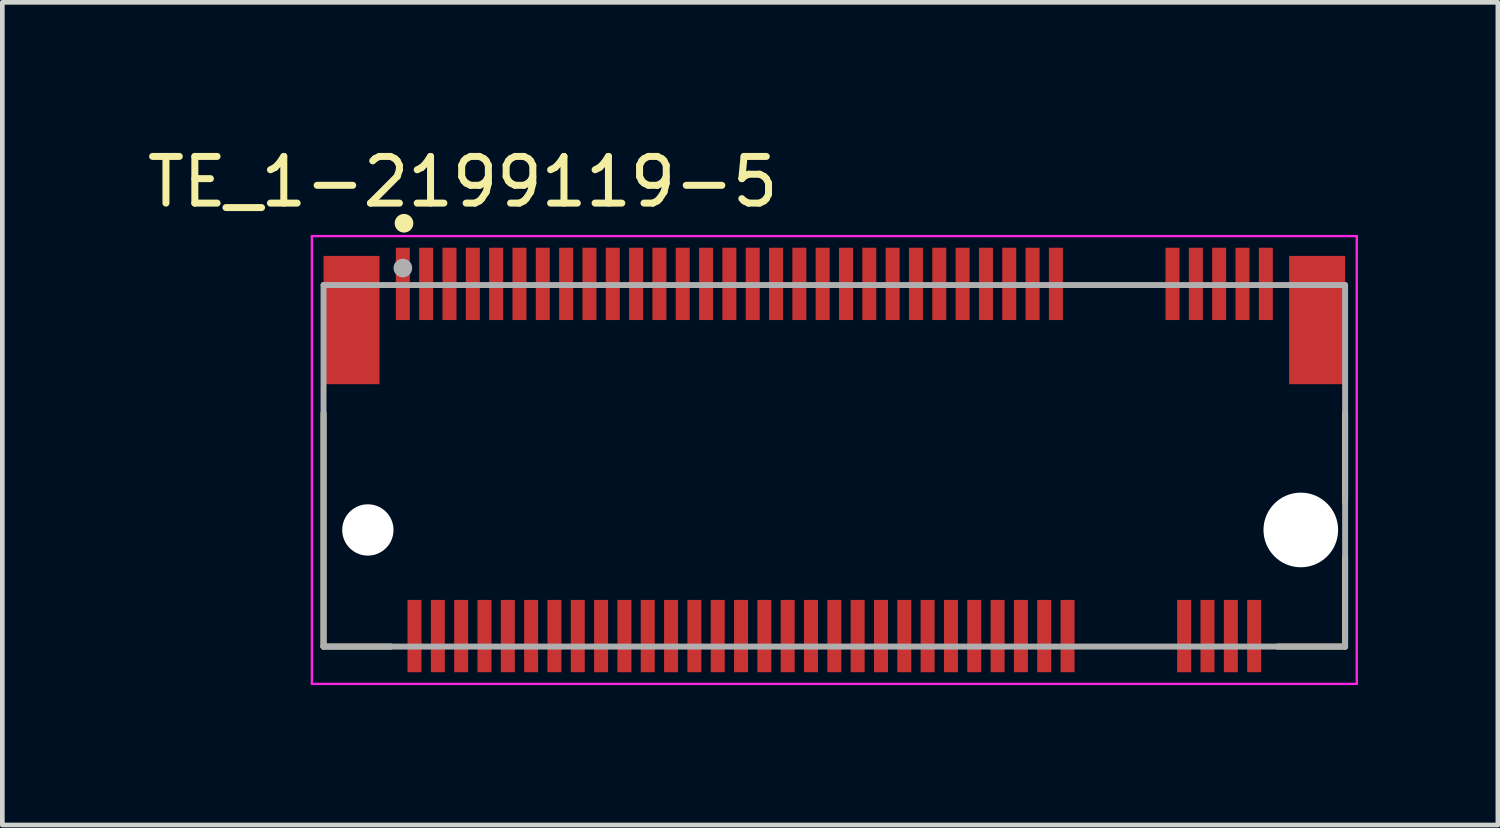
<source format=kicad_pcb>
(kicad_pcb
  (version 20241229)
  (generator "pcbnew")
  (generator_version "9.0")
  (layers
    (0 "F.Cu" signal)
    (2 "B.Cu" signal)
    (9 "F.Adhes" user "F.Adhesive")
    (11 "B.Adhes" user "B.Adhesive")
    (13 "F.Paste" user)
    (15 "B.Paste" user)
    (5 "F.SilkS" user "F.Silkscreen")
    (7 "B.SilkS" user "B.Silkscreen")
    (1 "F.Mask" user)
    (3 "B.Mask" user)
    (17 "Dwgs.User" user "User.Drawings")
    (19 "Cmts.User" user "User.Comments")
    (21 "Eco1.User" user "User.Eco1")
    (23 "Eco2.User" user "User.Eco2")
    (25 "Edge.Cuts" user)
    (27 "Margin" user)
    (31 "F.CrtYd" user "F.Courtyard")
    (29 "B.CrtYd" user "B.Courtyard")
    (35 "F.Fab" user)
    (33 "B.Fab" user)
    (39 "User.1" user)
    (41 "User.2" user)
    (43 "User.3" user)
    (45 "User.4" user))
  (footprint "TE_1-2199119-5"
    (layer "F.Cu")
    (at 14.836 6.811)
    (property "Reference" "TE_1-2199119-5" (at -7.965 -5.962 180) (layer "F.SilkS") (effects (font (size 1.001 1.001) (thickness 0.15))))
    (attr smd)
    (fp_line (start -10.95 -1) (end -10.95 4) (stroke (width 0.127) (type solid)) (layer "F.SilkS"))
    (fp_line (start -10.95 4) (end -9.5 4) (stroke (width 0.127) (type solid)) (layer "F.SilkS"))
    (fp_line (start 9.5 4) (end 10.95 4) (stroke (width 0.127) (type solid)) (layer "F.SilkS"))
    (fp_line (start 10.95 0.9) (end 10.95 -1) (stroke (width 0.127) (type solid)) (layer "F.SilkS"))
    (fp_line (start 10.95 4) (end 10.95 2.1) (stroke (width 0.127) (type solid)) (layer "F.SilkS"))
    (fp_circle (center -9.225 -5.075) (end -9.125 -5.075) (stroke (width 0.2) (type solid)) (fill no) (layer "F.SilkS"))
    (fp_line (start -11.2 -4.8) (end 11.2 -4.8) (stroke (width 0.05) (type solid)) (layer "F.CrtYd"))
    (fp_line (start -11.2 4.8) (end -11.2 -4.8) (stroke (width 0.05) (type solid)) (layer "F.CrtYd"))
    (fp_line (start 11.2 -4.8) (end 11.2 4.8) (stroke (width 0.05) (type solid)) (layer "F.CrtYd"))
    (fp_line (start 11.2 4.8) (end -11.2 4.8) (stroke (width 0.05) (type solid)) (layer "F.CrtYd"))
    (fp_line (start -10.95 -3.75) (end 10.95 -3.75) (stroke (width 0.127) (type solid)) (layer "F.Fab"))
    (fp_line (start -10.95 4) (end -10.95 -3.75) (stroke (width 0.127) (type solid)) (layer "F.Fab"))
    (fp_line (start 10.95 -3.75) (end 10.95 4) (stroke (width 0.127) (type solid)) (layer "F.Fab"))
    (fp_line (start 10.95 4) (end -10.95 4) (stroke (width 0.127) (type solid)) (layer "F.Fab"))
    (fp_circle (center -9.25 -4.115) (end -9.15 -4.115) (stroke (width 0.2) (type solid)) (fill no) (layer "F.Fab"))
    (pad "" np_thru_hole circle (at -10 1.5) (size 1.1 1.1) (drill 1.1) (layers "*.Cu" "*.Mask"))
    (pad "" np_thru_hole circle (at 10 1.5) (size 1.6 1.6) (drill 1.6) (layers "*.Cu" "*.Mask"))
    (pad "1" smd rect (at -9.25 -3.775) (size 0.3 1.55) (layers "F.Cu" "F.Mask" "F.Paste"))
    (pad "2" smd rect (at -9 3.775) (size 0.3 1.55) (layers "F.Cu" "F.Mask" "F.Paste"))
    (pad "3" smd rect (at -8.75 -3.775) (size 0.3 1.55) (layers "F.Cu" "F.Mask" "F.Paste"))
    (pad "4" smd rect (at -8.5 3.775) (size 0.3 1.55) (layers "F.Cu" "F.Mask" "F.Paste"))
    (pad "5" smd rect (at -8.25 -3.775) (size 0.3 1.55) (layers "F.Cu" "F.Mask" "F.Paste"))
    (pad "6" smd rect (at -8 3.775) (size 0.3 1.55) (layers "F.Cu" "F.Mask" "F.Paste"))
    (pad "7" smd rect (at -7.75 -3.775) (size 0.3 1.55) (layers "F.Cu" "F.Mask" "F.Paste"))
    (pad "8" smd rect (at -7.5 3.775) (size 0.3 1.55) (layers "F.Cu" "F.Mask" "F.Paste"))
    (pad "9" smd rect (at -7.25 -3.775) (size 0.3 1.55) (layers "F.Cu" "F.Mask" "F.Paste"))
    (pad "10" smd rect (at -7 3.775) (size 0.3 1.55) (layers "F.Cu" "F.Mask" "F.Paste"))
    (pad "11" smd rect (at -6.75 -3.775) (size 0.3 1.55) (layers "F.Cu" "F.Mask" "F.Paste"))
    (pad "12" smd rect (at -6.5 3.775) (size 0.3 1.55) (layers "F.Cu" "F.Mask" "F.Paste"))
    (pad "13" smd rect (at -6.25 -3.775) (size 0.3 1.55) (layers "F.Cu" "F.Mask" "F.Paste"))
    (pad "14" smd rect (at -6 3.775) (size 0.3 1.55) (layers "F.Cu" "F.Mask" "F.Paste"))
    (pad "15" smd rect (at -5.75 -3.775) (size 0.3 1.55) (layers "F.Cu" "F.Mask" "F.Paste"))
    (pad "16" smd rect (at -5.5 3.775) (size 0.3 1.55) (layers "F.Cu" "F.Mask" "F.Paste"))
    (pad "17" smd rect (at -5.25 -3.775) (size 0.3 1.55) (layers "F.Cu" "F.Mask" "F.Paste"))
    (pad "18" smd rect (at -5 3.775) (size 0.3 1.55) (layers "F.Cu" "F.Mask" "F.Paste"))
    (pad "19" smd rect (at -4.75 -3.775) (size 0.3 1.55) (layers "F.Cu" "F.Mask" "F.Paste"))
    (pad "20" smd rect (at -4.5 3.775) (size 0.3 1.55) (layers "F.Cu" "F.Mask" "F.Paste"))
    (pad "21" smd rect (at -4.25 -3.775) (size 0.3 1.55) (layers "F.Cu" "F.Mask" "F.Paste"))
    (pad "22" smd rect (at -4 3.775) (size 0.3 1.55) (layers "F.Cu" "F.Mask" "F.Paste"))
    (pad "23" smd rect (at -3.75 -3.775) (size 0.3 1.55) (layers "F.Cu" "F.Mask" "F.Paste"))
    (pad "24" smd rect (at -3.5 3.775) (size 0.3 1.55) (layers "F.Cu" "F.Mask" "F.Paste"))
    (pad "25" smd rect (at -3.25 -3.775) (size 0.3 1.55) (layers "F.Cu" "F.Mask" "F.Paste"))
    (pad "26" smd rect (at -3 3.775) (size 0.3 1.55) (layers "F.Cu" "F.Mask" "F.Paste"))
    (pad "27" smd rect (at -2.75 -3.775) (size 0.3 1.55) (layers "F.Cu" "F.Mask" "F.Paste"))
    (pad "28" smd rect (at -2.5 3.775) (size 0.3 1.55) (layers "F.Cu" "F.Mask" "F.Paste"))
    (pad "29" smd rect (at -2.25 -3.775) (size 0.3 1.55) (layers "F.Cu" "F.Mask" "F.Paste"))
    (pad "30" smd rect (at -2 3.775) (size 0.3 1.55) (layers "F.Cu" "F.Mask" "F.Paste"))
    (pad "31" smd rect (at -1.75 -3.775) (size 0.3 1.55) (layers "F.Cu" "F.Mask" "F.Paste"))
    (pad "32" smd rect (at -1.5 3.775) (size 0.3 1.55) (layers "F.Cu" "F.Mask" "F.Paste"))
    (pad "33" smd rect (at -1.25 -3.775) (size 0.3 1.55) (layers "F.Cu" "F.Mask" "F.Paste"))
    (pad "34" smd rect (at -1 3.775) (size 0.3 1.55) (layers "F.Cu" "F.Mask" "F.Paste"))
    (pad "35" smd rect (at -0.75 -3.775) (size 0.3 1.55) (layers "F.Cu" "F.Mask" "F.Paste"))
    (pad "36" smd rect (at -0.5 3.775) (size 0.3 1.55) (layers "F.Cu" "F.Mask" "F.Paste"))
    (pad "37" smd rect (at -0.25 -3.775) (size 0.3 1.55) (layers "F.Cu" "F.Mask" "F.Paste"))
    (pad "38" smd rect (at 0 3.775) (size 0.3 1.55) (layers "F.Cu" "F.Mask" "F.Paste"))
    (pad "39" smd rect (at 0.25 -3.775) (size 0.3 1.55) (layers "F.Cu" "F.Mask" "F.Paste"))
    (pad "40" smd rect (at 0.5 3.775) (size 0.3 1.55) (layers "F.Cu" "F.Mask" "F.Paste"))
    (pad "41" smd rect (at 0.75 -3.775) (size 0.3 1.55) (layers "F.Cu" "F.Mask" "F.Paste"))
    (pad "42" smd rect (at 1 3.775) (size 0.3 1.55) (layers "F.Cu" "F.Mask" "F.Paste"))
    (pad "43" smd rect (at 1.25 -3.775) (size 0.3 1.55) (layers "F.Cu" "F.Mask" "F.Paste"))
    (pad "44" smd rect (at 1.5 3.775) (size 0.3 1.55) (layers "F.Cu" "F.Mask" "F.Paste"))
    (pad "45" smd rect (at 1.75 -3.775) (size 0.3 1.55) (layers "F.Cu" "F.Mask" "F.Paste"))
    (pad "46" smd rect (at 2 3.775) (size 0.3 1.55) (layers "F.Cu" "F.Mask" "F.Paste"))
    (pad "47" smd rect (at 2.25 -3.775) (size 0.3 1.55) (layers "F.Cu" "F.Mask" "F.Paste"))
    (pad "48" smd rect (at 2.5 3.775) (size 0.3 1.55) (layers "F.Cu" "F.Mask" "F.Paste"))
    (pad "49" smd rect (at 2.75 -3.775) (size 0.3 1.55) (layers "F.Cu" "F.Mask" "F.Paste"))
    (pad "50" smd rect (at 3 3.775) (size 0.3 1.55) (layers "F.Cu" "F.Mask" "F.Paste"))
    (pad "51" smd rect (at 3.25 -3.775) (size 0.3 1.55) (layers "F.Cu" "F.Mask" "F.Paste"))
    (pad "52" smd rect (at 3.5 3.775) (size 0.3 1.55) (layers "F.Cu" "F.Mask" "F.Paste"))
    (pad "53" smd rect (at 3.75 -3.775) (size 0.3 1.55) (layers "F.Cu" "F.Mask" "F.Paste"))
    (pad "54" smd rect (at 4 3.775) (size 0.3 1.55) (layers "F.Cu" "F.Mask" "F.Paste"))
    (pad "55" smd rect (at 4.25 -3.775) (size 0.3 1.55) (layers "F.Cu" "F.Mask" "F.Paste"))
    (pad "56" smd rect (at 4.5 3.775) (size 0.3 1.55) (layers "F.Cu" "F.Mask" "F.Paste"))
    (pad "57" smd rect (at 4.75 -3.775) (size 0.3 1.55) (layers "F.Cu" "F.Mask" "F.Paste"))
    (pad "58" smd rect (at 5 3.775) (size 0.3 1.55) (layers "F.Cu" "F.Mask" "F.Paste"))
    (pad "67" smd rect (at 7.25 -3.775) (size 0.3 1.55) (layers "F.Cu" "F.Mask" "F.Paste"))
    (pad "68" smd rect (at 7.5 3.775) (size 0.3 1.55) (layers "F.Cu" "F.Mask" "F.Paste"))
    (pad "69" smd rect (at 7.75 -3.775) (size 0.3 1.55) (layers "F.Cu" "F.Mask" "F.Paste"))
    (pad "70" smd rect (at 8 3.775) (size 0.3 1.55) (layers "F.Cu" "F.Mask" "F.Paste"))
    (pad "71" smd rect (at 8.25 -3.775) (size 0.3 1.55) (layers "F.Cu" "F.Mask" "F.Paste"))
    (pad "72" smd rect (at 8.5 3.775) (size 0.3 1.55) (layers "F.Cu" "F.Mask" "F.Paste"))
    (pad "73" smd rect (at 8.75 -3.775) (size 0.3 1.55) (layers "F.Cu" "F.Mask" "F.Paste"))
    (pad "74" smd rect (at 9 3.775) (size 0.3 1.55) (layers "F.Cu" "F.Mask" "F.Paste"))
    (pad "75" smd rect (at 9.25 -3.775) (size 0.3 1.55) (layers "F.Cu" "F.Mask" "F.Paste"))
    (pad "SH1" smd rect (at -10.35 -3) (size 1.2 2.75) (layers "F.Cu" "F.Mask" "F.Paste"))
    (pad "SH2" smd rect (at 10.35 -3) (size 1.2 2.75) (layers "F.Cu" "F.Mask" "F.Paste")))
  (gr_rect
    (start -3 -3)
    (end 29.061 14.636)
    (stroke (width 0.1) (type default))
    (fill no)
    (layer "Edge.Cuts")))
</source>
